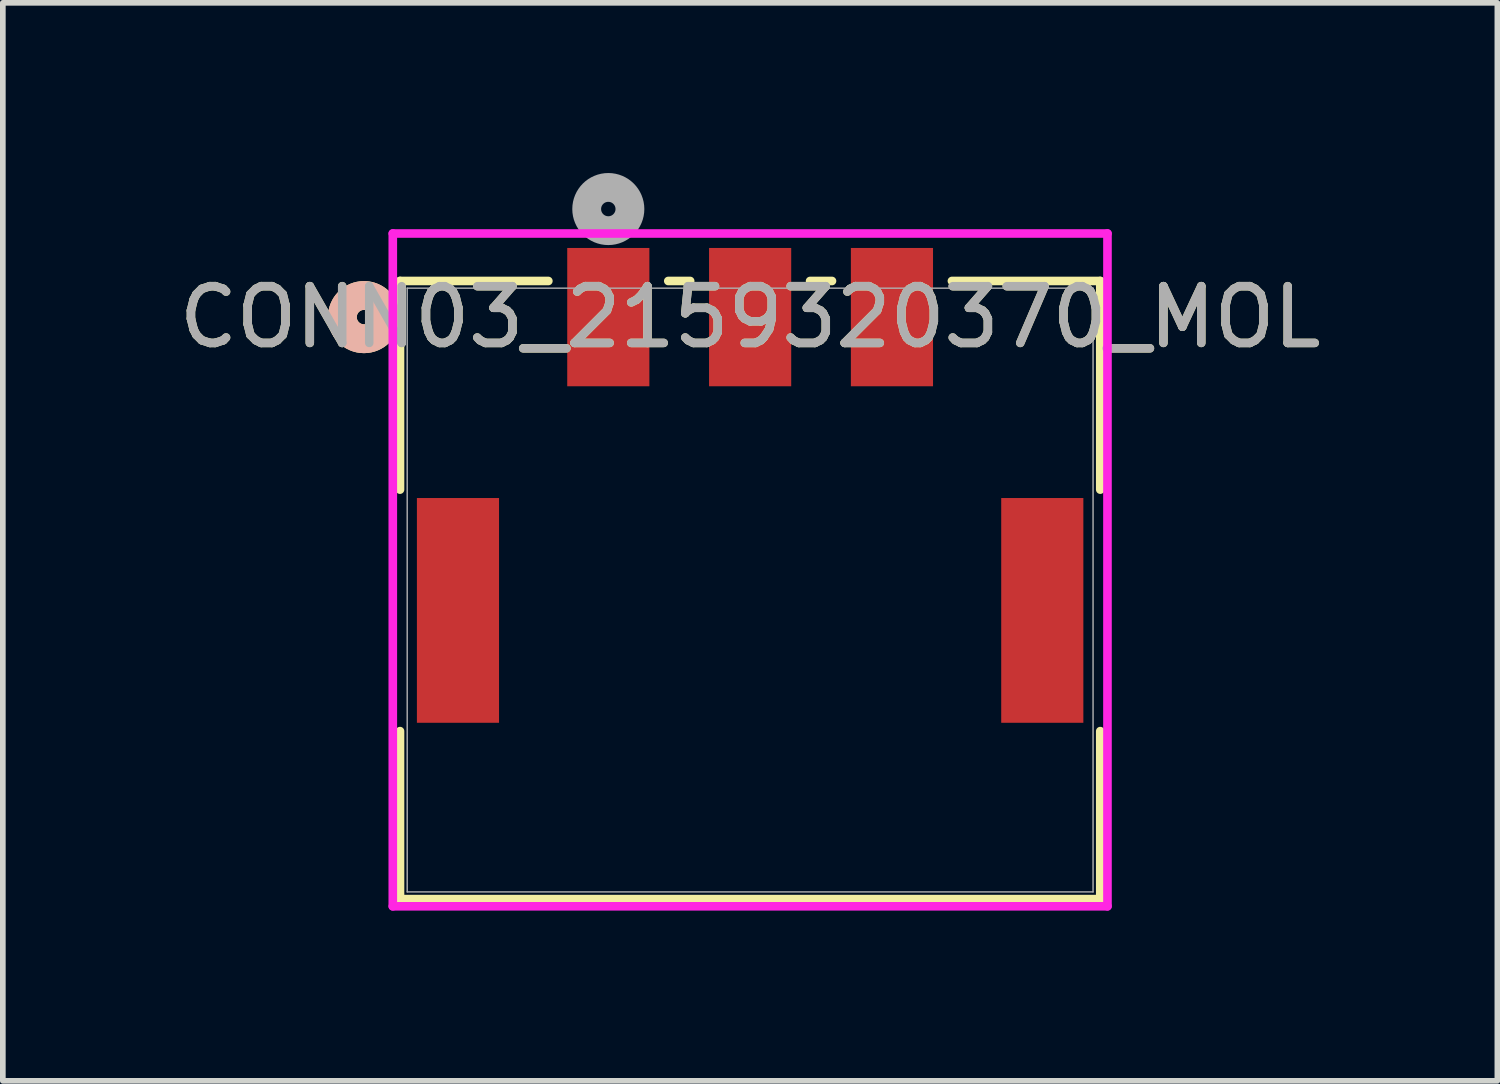
<source format=kicad_pcb>
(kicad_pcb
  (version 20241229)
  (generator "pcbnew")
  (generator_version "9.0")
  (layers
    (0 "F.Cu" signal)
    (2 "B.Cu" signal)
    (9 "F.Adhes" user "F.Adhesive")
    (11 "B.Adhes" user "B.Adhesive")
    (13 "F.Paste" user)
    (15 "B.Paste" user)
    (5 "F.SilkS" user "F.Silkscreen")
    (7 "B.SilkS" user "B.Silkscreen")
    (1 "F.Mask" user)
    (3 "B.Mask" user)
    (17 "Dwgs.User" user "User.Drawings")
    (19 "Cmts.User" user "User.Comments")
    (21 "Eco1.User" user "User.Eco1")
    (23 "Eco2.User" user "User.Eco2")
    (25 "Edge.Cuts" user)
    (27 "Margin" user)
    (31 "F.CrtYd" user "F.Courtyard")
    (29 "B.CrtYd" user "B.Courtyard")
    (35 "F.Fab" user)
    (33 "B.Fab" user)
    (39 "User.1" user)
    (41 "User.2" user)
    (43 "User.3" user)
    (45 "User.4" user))
  (footprint "CONN03_2159320370_MOL"
    (layer "F.Cu")
    (at 10.173 7.351)
    (property "Reference" "CONN03_2159320370_MOL" (at 0 -4.811 0) (unlocked yes) (layer "F.SilkS") (effects (font (size 1 1) (thickness 0.15))))
    (attr smd)
    (fp_line (start -6.172 -5.448) (end -6.172 -1.77) (stroke (width 0.152) (type solid)) (layer "F.SilkS"))
    (fp_line (start -6.172 2.487) (end -6.172 5.448) (stroke (width 0.152) (type solid)) (layer "F.SilkS"))
    (fp_line (start -6.172 5.448) (end 6.172 5.448) (stroke (width 0.152) (type solid)) (layer "F.SilkS"))
    (fp_line (start -3.557 -5.448) (end -6.172 -5.448) (stroke (width 0.152) (type solid)) (layer "F.SilkS"))
    (fp_line (start -1.057 -5.448) (end -1.443 -5.448) (stroke (width 0.152) (type solid)) (layer "F.SilkS"))
    (fp_line (start 1.443 -5.448) (end 1.057 -5.448) (stroke (width 0.152) (type solid)) (layer "F.SilkS"))
    (fp_line (start 6.172 -5.448) (end 3.557 -5.448) (stroke (width 0.152) (type solid)) (layer "F.SilkS"))
    (fp_line (start 6.172 -1.77) (end 6.172 -5.448) (stroke (width 0.152) (type solid)) (layer "F.SilkS"))
    (fp_line (start 6.172 5.448) (end 6.172 2.487) (stroke (width 0.152) (type solid)) (layer "F.SilkS"))
    (fp_circle (center -6.807 -4.811) (end -6.426 -4.811) (stroke (width 0.508) (type solid)) (fill no) (layer "F.SilkS"))
    (fp_circle (center -6.807 -4.811) (end -6.426 -4.811) (stroke (width 0.508) (type solid)) (fill no) (layer "B.SilkS"))
    (fp_line (start -6.299 -6.285) (end -6.299 5.575) (stroke (width 0.152) (type solid)) (layer "F.CrtYd"))
    (fp_line (start -6.299 5.575) (end 6.299 5.575) (stroke (width 0.152) (type solid)) (layer "F.CrtYd"))
    (fp_line (start 6.299 -6.285) (end -6.299 -6.285) (stroke (width 0.152) (type solid)) (layer "F.CrtYd"))
    (fp_line (start 6.299 5.575) (end 6.299 -6.285) (stroke (width 0.152) (type solid)) (layer "F.CrtYd"))
    (fp_line (start -6.045 -5.321) (end -6.045 5.321) (stroke (width 0.025) (type solid)) (layer "F.Fab"))
    (fp_line (start -6.045 5.321) (end 6.045 5.321) (stroke (width 0.025) (type solid)) (layer "F.Fab"))
    (fp_line (start 6.045 -5.321) (end -6.045 -5.321) (stroke (width 0.025) (type solid)) (layer "F.Fab"))
    (fp_line (start 6.045 5.321) (end 6.045 -5.321) (stroke (width 0.025) (type solid)) (layer "F.Fab"))
    (fp_circle (center -2.5 -6.716) (end -2.119 -6.716) (stroke (width 0.508) (type solid)) (fill no) (layer "F.Fab"))
    (fp_text user "${REFERENCE}" (at 0 -4.811 0) (unlocked yes) (layer "F.Fab") (effects (font (size 1 1) (thickness 0.15))))
    (pad "1" smd rect (at -2.5 -4.811) (size 1.448 2.438) (layers "F.Cu" "F.Mask" "F.Paste"))
    (pad "2" smd rect (at 0 -4.811) (size 1.448 2.438) (layers "F.Cu" "F.Mask" "F.Paste"))
    (pad "3" smd rect (at 2.5 -4.811) (size 1.448 2.438) (layers "F.Cu" "F.Mask" "F.Paste"))
    (pad "4" smd rect (at -5.15 0.359) (size 1.448 3.962) (layers "F.Cu" "F.Mask" "F.Paste"))
    (pad "5" smd rect (at 5.15 0.359) (size 1.448 3.962) (layers "F.Cu" "F.Mask" "F.Paste")))
  (gr_rect
    (start -3 -3)
    (end 23.345 16.003)
    (stroke (width 0.1) (type default))
    (fill no)
    (layer "Edge.Cuts")))
</source>
